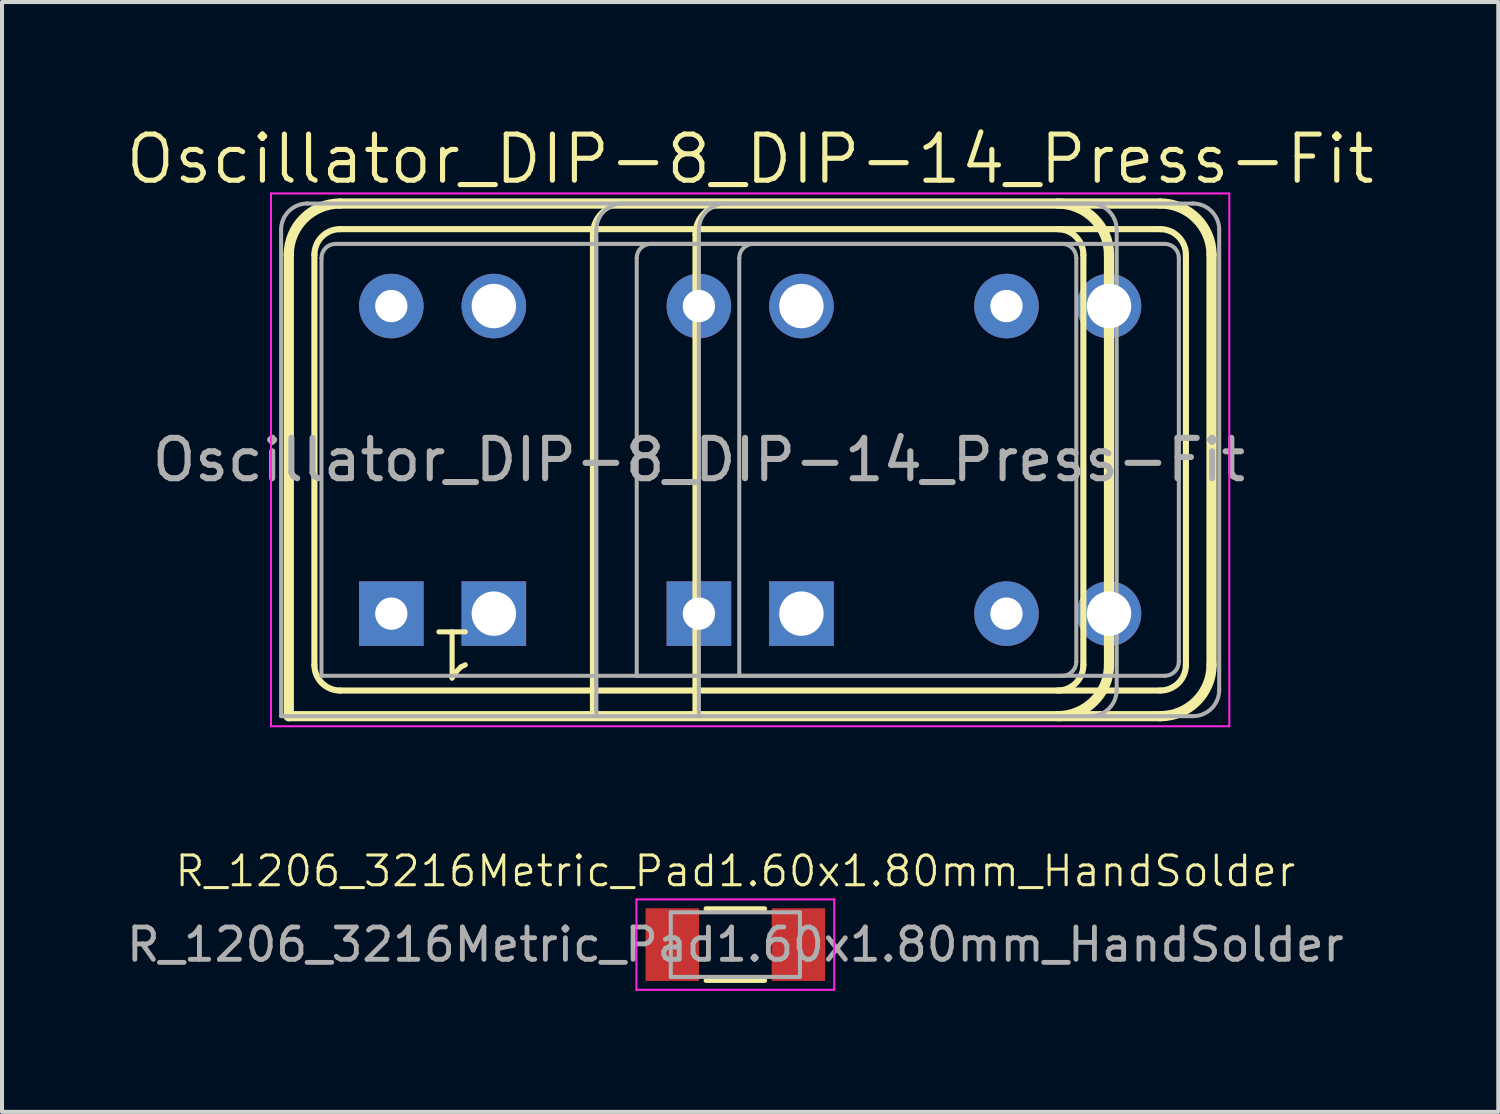
<source format=kicad_pcb>
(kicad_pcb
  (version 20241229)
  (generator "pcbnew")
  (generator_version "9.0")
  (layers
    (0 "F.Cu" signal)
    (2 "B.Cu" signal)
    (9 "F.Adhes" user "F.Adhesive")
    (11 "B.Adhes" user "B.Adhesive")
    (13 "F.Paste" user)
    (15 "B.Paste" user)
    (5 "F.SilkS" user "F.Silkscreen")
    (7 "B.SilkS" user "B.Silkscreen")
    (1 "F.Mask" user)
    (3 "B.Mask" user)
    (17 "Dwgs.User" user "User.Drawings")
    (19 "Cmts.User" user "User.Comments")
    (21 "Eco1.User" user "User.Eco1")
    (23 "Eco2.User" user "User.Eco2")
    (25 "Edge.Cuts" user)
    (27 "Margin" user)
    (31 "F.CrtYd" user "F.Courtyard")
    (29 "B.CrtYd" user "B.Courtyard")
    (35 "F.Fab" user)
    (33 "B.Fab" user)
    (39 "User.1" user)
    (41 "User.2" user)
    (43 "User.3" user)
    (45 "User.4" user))
  (footprint "R_1206_3216Metric_Pad1.60x1.80mm_HandSolder"
    (layer "F.Cu")
    (at 15.167 20.351)
    (property "Reference" "R_1206_3216Metric_Pad1.60x1.80mm_HandSolder" (at 0 -1.82 0) (layer "F.SilkS") (effects (font (size 0.737 0.737) (thickness 0.076))))
    (attr smd)
    (fp_line (start -0.727 -0.889) (end 0.727 -0.889) (stroke (width 0.12) (type solid)) (layer "F.SilkS"))
    (fp_line (start -0.727 0.889) (end 0.727 0.889) (stroke (width 0.12) (type solid)) (layer "F.SilkS"))
    (fp_line (start -2.45 -1.12) (end 2.45 -1.12) (stroke (width 0.05) (type solid)) (layer "F.CrtYd"))
    (fp_line (start -2.45 1.12) (end -2.45 -1.12) (stroke (width 0.05) (type solid)) (layer "F.CrtYd"))
    (fp_line (start 2.45 -1.12) (end 2.45 1.12) (stroke (width 0.05) (type solid)) (layer "F.CrtYd"))
    (fp_line (start 2.45 1.12) (end -2.45 1.12) (stroke (width 0.05) (type solid)) (layer "F.CrtYd"))
    (fp_line (start -1.6 -0.8) (end 1.6 -0.8) (stroke (width 0.1) (type solid)) (layer "F.Fab"))
    (fp_line (start -1.6 0.8) (end -1.6 -0.8) (stroke (width 0.1) (type solid)) (layer "F.Fab"))
    (fp_line (start 1.6 -0.8) (end 1.6 0.8) (stroke (width 0.1) (type solid)) (layer "F.Fab"))
    (fp_line (start 1.6 0.8) (end -1.6 0.8) (stroke (width 0.1) (type solid)) (layer "F.Fab"))
    (fp_text user "${REFERENCE}" (at 0 0 0) (layer "F.Fab") (effects (font (size 0.8 0.8) (thickness 0.12))))
    (pad "1" smd rect (at -1.562 0) (size 1.325 1.8) (layers "F.Cu" "F.Mask" "F.Paste"))
    (pad "2" smd rect (at 1.562 0) (size 1.325 1.8) (layers "F.Cu" "F.Mask" "F.Paste")))
  (footprint "Oscillator_DIP-8_DIP-14_Press-Fit"
    (layer "F.Cu")
    (at 6.644 12.152)
    (property "Reference" "Oscillator_DIP-8_DIP-14_Press-Fit" (at 8.89 -11.26 0) (layer "F.SilkS") (effects (font (size 1.143 1.143) (thickness 0.127))))
    (attr through_hole)
    (fp_line (start -2.54 -8.89) (end -2.54 2.54) (stroke (width 0.254) (type solid)) (layer "F.SilkS"))
    (fp_line (start -2.54 2.54) (end 19.05 2.54) (stroke (width 0.254) (type solid)) (layer "F.SilkS"))
    (fp_line (start -1.905 -8.89) (end -1.905 1.27) (stroke (width 0.152) (type solid)) (layer "F.SilkS"))
    (fp_line (start -1.27 1.905) (end 19.05 1.905) (stroke (width 0.152) (type solid)) (layer "F.SilkS"))
    (fp_line (start 4.98 -9.398) (end 4.98 2.54) (stroke (width 0.12) (type solid)) (layer "F.SilkS"))
    (fp_line (start 7.52 -9.398) (end 7.52 2.54) (stroke (width 0.12) (type solid)) (layer "F.SilkS"))
    (fp_line (start 17.145 1.27) (end 17.145 -8.89) (stroke (width 0.152) (type solid)) (layer "F.SilkS"))
    (fp_line (start 17.78 1.27) (end 17.78 -8.89) (stroke (width 0.254) (type solid)) (layer "F.SilkS"))
    (fp_line (start 19.05 -10.16) (end -1.27 -10.16) (stroke (width 0.254) (type solid)) (layer "F.SilkS"))
    (fp_line (start 19.05 -9.525) (end -1.27 -9.525) (stroke (width 0.152) (type solid)) (layer "F.SilkS"))
    (fp_line (start 19.685 1.27) (end 19.685 -8.89) (stroke (width 0.152) (type solid)) (layer "F.SilkS"))
    (fp_line (start 20.32 1.27) (end 20.32 -8.89) (stroke (width 0.254) (type solid)) (layer "F.SilkS"))
    (fp_arc (start -2.54 -8.89) (mid -2.168026 -9.788026) (end -1.27 -10.16) (stroke (width 0.254) (type default)) (layer "F.SilkS"))
    (fp_arc (start -1.905 -8.89) (mid -1.719013 -9.339013) (end -1.27 -9.525) (stroke (width 0.1524) (type default)) (layer "F.SilkS"))
    (fp_arc (start -1.27 1.905) (mid -1.719013 1.719013) (end -1.905 1.27) (stroke (width 0.1524) (type default)) (layer "F.SilkS"))
    (fp_arc (start 4.98 -9.398) (mid 5.19967 -9.92833) (end 5.73 -10.148) (stroke (width 0.12) (type solid)) (layer "F.SilkS"))
    (fp_arc (start 7.52 -9.398) (mid 7.73967 -9.92833) (end 8.27 -10.148) (stroke (width 0.12) (type solid)) (layer "F.SilkS"))
    (fp_arc (start 16.51 -10.16) (mid 17.408026 -9.788026) (end 17.78 -8.89) (stroke (width 0.254) (type default)) (layer "F.SilkS"))
    (fp_arc (start 16.51 -9.525) (mid 16.959013 -9.339013) (end 17.145 -8.89) (stroke (width 0.1524) (type default)) (layer "F.SilkS"))
    (fp_arc (start 17.145 1.27) (mid 16.959013 1.719013) (end 16.51 1.905) (stroke (width 0.1524) (type default)) (layer "F.SilkS"))
    (fp_arc (start 17.78 1.27) (mid 17.408026 2.168026) (end 16.51 2.54) (stroke (width 0.254) (type default)) (layer "F.SilkS"))
    (fp_arc (start 19.05 -10.16) (mid 19.948026 -9.788026) (end 20.32 -8.89) (stroke (width 0.254) (type default)) (layer "F.SilkS"))
    (fp_arc (start 19.05 -9.525) (mid 19.499013 -9.339013) (end 19.685 -8.89) (stroke (width 0.1524) (type default)) (layer "F.SilkS"))
    (fp_arc (start 19.685 1.27) (mid 19.499013 1.719013) (end 19.05 1.905) (stroke (width 0.1524) (type default)) (layer "F.SilkS"))
    (fp_arc (start 20.32 1.27) (mid 19.948026 2.168026) (end 19.05 2.54) (stroke (width 0.254) (type default)) (layer "F.SilkS"))
    (fp_line (start -2.98 -10.41) (end -2.98 2.79) (stroke (width 0.05) (type solid)) (layer "F.CrtYd"))
    (fp_line (start -2.98 2.79) (end 20.76 2.79) (stroke (width 0.05) (type solid)) (layer "F.CrtYd"))
    (fp_line (start 20.76 -10.41) (end -2.98 -10.41) (stroke (width 0.05) (type solid)) (layer "F.CrtYd"))
    (fp_line (start 20.76 2.79) (end 20.76 -10.41) (stroke (width 0.05) (type solid)) (layer "F.CrtYd"))
    (fp_line (start -2.73 2.54) (end -2.73 -9.51) (stroke (width 0.1) (type solid)) (layer "F.Fab"))
    (fp_line (start -2.73 2.54) (end 19.86 2.54) (stroke (width 0.1) (type solid)) (layer "F.Fab"))
    (fp_line (start -2.08 -10.16) (end 17.32 -10.16) (stroke (width 0.1) (type solid)) (layer "F.Fab"))
    (fp_line (start -1.73 1.54) (end -1.73 -8.81) (stroke (width 0.1) (type solid)) (layer "F.Fab"))
    (fp_line (start -1.73 1.54) (end 16.62 1.54) (stroke (width 0.1) (type solid)) (layer "F.Fab"))
    (fp_line (start -1.38 -9.16) (end 16.62 -9.16) (stroke (width 0.1) (type solid)) (layer "F.Fab"))
    (fp_line (start 5.08 2.54) (end 5.08 -9.51) (stroke (width 0.1) (type solid)) (layer "F.Fab"))
    (fp_line (start 5.73 -10.16) (end 19.86 -10.16) (stroke (width 0.1) (type solid)) (layer "F.Fab"))
    (fp_line (start 6.08 1.54) (end 6.08 -8.81) (stroke (width 0.1) (type solid)) (layer "F.Fab"))
    (fp_line (start 6.08 1.54) (end 19.16 1.54) (stroke (width 0.1) (type solid)) (layer "F.Fab"))
    (fp_line (start 6.43 -9.16) (end 19.16 -9.16) (stroke (width 0.1) (type solid)) (layer "F.Fab"))
    (fp_line (start 7.62 2.54) (end 7.62 -9.51) (stroke (width 0.1) (type solid)) (layer "F.Fab"))
    (fp_line (start 8.62 1.54) (end 8.62 -8.81) (stroke (width 0.1) (type solid)) (layer "F.Fab"))
    (fp_line (start 16.97 1.19) (end 16.97 -8.81) (stroke (width 0.1) (type solid)) (layer "F.Fab"))
    (fp_line (start 17.97 -9.51) (end 17.97 1.89) (stroke (width 0.1) (type solid)) (layer "F.Fab"))
    (fp_line (start 19.51 1.19) (end 19.51 -8.81) (stroke (width 0.1) (type solid)) (layer "F.Fab"))
    (fp_line (start 20.51 -9.51) (end 20.51 1.89) (stroke (width 0.1) (type solid)) (layer "F.Fab"))
    (fp_arc (start -2.73 -9.51) (mid -2.539619 -9.969619) (end -2.08 -10.16) (stroke (width 0.1) (type solid)) (layer "F.Fab"))
    (fp_arc (start -1.73 -8.81) (mid -1.627487 -9.057487) (end -1.38 -9.16) (stroke (width 0.1) (type solid)) (layer "F.Fab"))
    (fp_arc (start 5.08 -9.51) (mid 5.270381 -9.969619) (end 5.73 -10.16) (stroke (width 0.1) (type solid)) (layer "F.Fab"))
    (fp_arc (start 6.08 -8.81) (mid 6.182513 -9.057487) (end 6.43 -9.16) (stroke (width 0.1) (type solid)) (layer "F.Fab"))
    (fp_arc (start 7.62 -9.51) (mid 7.810381 -9.969619) (end 8.27 -10.16) (stroke (width 0.1) (type solid)) (layer "F.Fab"))
    (fp_arc (start 8.62 -8.81) (mid 8.722513 -9.057487) (end 8.97 -9.16) (stroke (width 0.1) (type solid)) (layer "F.Fab"))
    (fp_arc (start 16.62 -9.16) (mid 16.867487 -9.057487) (end 16.97 -8.81) (stroke (width 0.1) (type solid)) (layer "F.Fab"))
    (fp_arc (start 16.97 1.19) (mid 16.867487 1.437487) (end 16.62 1.54) (stroke (width 0.1) (type solid)) (layer "F.Fab"))
    (fp_arc (start 17.32 -10.16) (mid 17.779619 -9.969619) (end 17.97 -9.51) (stroke (width 0.1) (type solid)) (layer "F.Fab"))
    (fp_arc (start 17.97 1.89) (mid 17.779619 2.349619) (end 17.32 2.54) (stroke (width 0.1) (type solid)) (layer "F.Fab"))
    (fp_arc (start 19.16 -9.16) (mid 19.407487 -9.057487) (end 19.51 -8.81) (stroke (width 0.1) (type solid)) (layer "F.Fab"))
    (fp_arc (start 19.51 1.19) (mid 19.407487 1.437487) (end 19.16 1.54) (stroke (width 0.1) (type solid)) (layer "F.Fab"))
    (fp_arc (start 19.86 -10.16) (mid 20.319619 -9.969619) (end 20.51 -9.51) (stroke (width 0.1) (type solid)) (layer "F.Fab"))
    (fp_arc (start 20.51 1.89) (mid 20.319619 2.349619) (end 19.86 2.54) (stroke (width 0.1) (type solid)) (layer "F.Fab"))
    (fp_text user "1" (at 2.134 0.305 180) (unlocked yes) (layer "F.SilkS") (effects (font (size 1.143 1.143) (thickness 0.127)) (justify left bottom)))
    (fp_text user "${REFERENCE}" (at 7.62 -3.81 0) (layer "F.Fab") (effects (font (size 1 1) (thickness 0.15))))
    (pad "1" thru_hole rect (at 0 0) (size 1.6 1.6) (drill 0.8) (layers "*.Cu" "*.Mask"))
    (pad "1" thru_hole rect (at 2.54 0) (size 1.6 1.6) (drill 1.1) (layers "*.Cu" "*.Mask"))
    (pad "1" thru_hole rect (at 7.62 0) (size 1.6 1.6) (drill 0.8) (layers "*.Cu" "*.Mask"))
    (pad "1" thru_hole rect (at 10.16 0) (size 1.6 1.6) (drill 1.1) (layers "*.Cu" "*.Mask"))
    (pad "7" thru_hole circle (at 15.24 0) (size 1.6 1.6) (drill 0.8) (layers "*.Cu" "*.Mask"))
    (pad "7" thru_hole circle (at 17.78 0) (size 1.6 1.6) (drill 1.1) (layers "*.Cu" "*.Mask"))
    (pad "8" thru_hole circle (at 15.24 -7.62) (size 1.6 1.6) (drill 0.8) (layers "*.Cu" "*.Mask"))
    (pad "8" thru_hole circle (at 17.78 -7.62) (size 1.6 1.6) (drill 1.1) (layers "*.Cu" "*.Mask"))
    (pad "14" thru_hole circle (at 0 -7.62) (size 1.6 1.6) (drill 0.8) (layers "*.Cu" "*.Mask"))
    (pad "14" thru_hole circle (at 2.54 -7.62) (size 1.6 1.6) (drill 1.1) (layers "*.Cu" "*.Mask"))
    (pad "14" thru_hole circle (at 7.62 -7.62) (size 1.6 1.6) (drill 0.8) (layers "*.Cu" "*.Mask"))
    (pad "14" thru_hole circle (at 10.16 -7.62) (size 1.6 1.6) (drill 1.1) (layers "*.Cu" "*.Mask")))
  (gr_rect
    (start -3 -3)
    (end 34.068 24.496)
    (stroke (width 0.1) (type default))
    (fill no)
    (layer "Edge.Cuts")))
</source>
